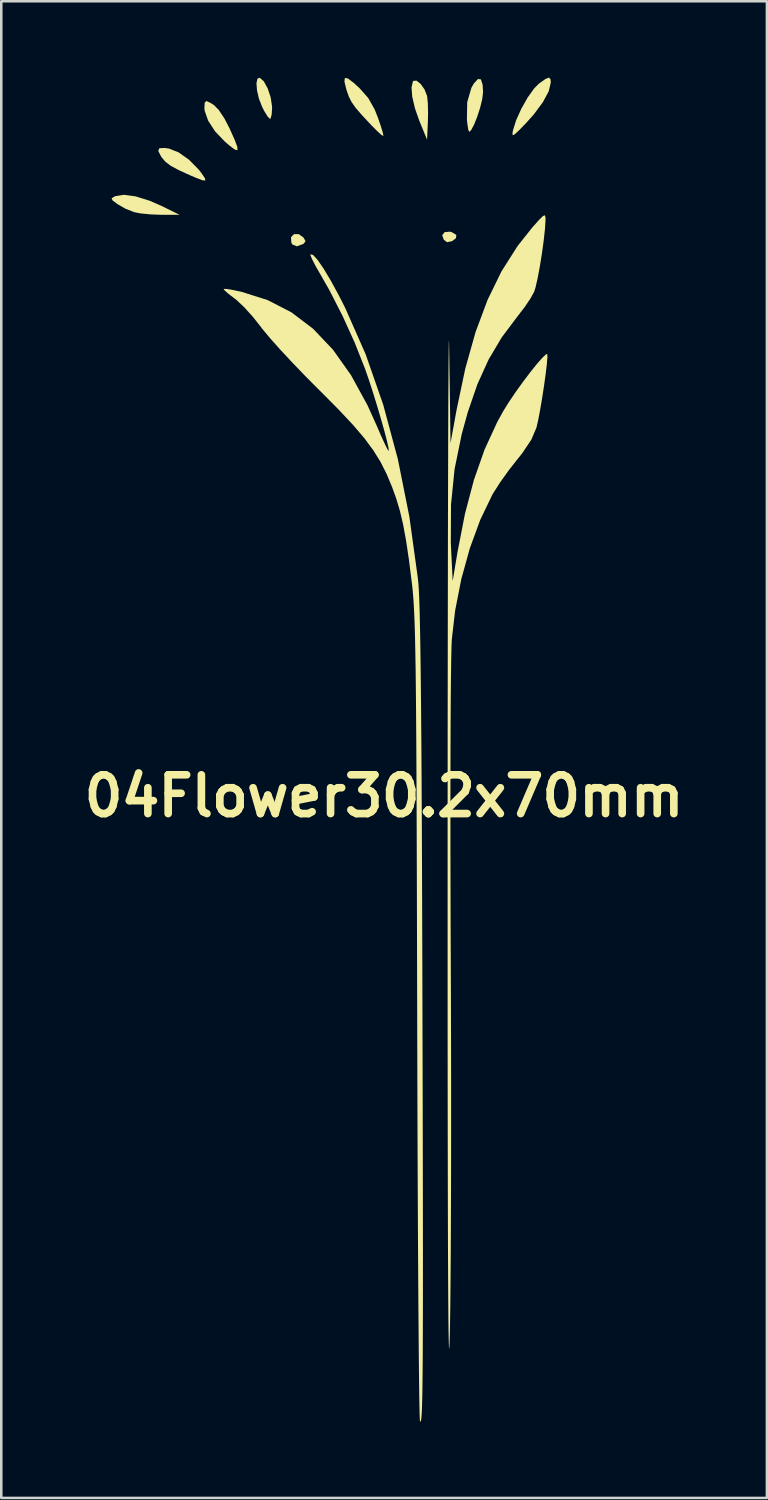
<source format=kicad_pcb>
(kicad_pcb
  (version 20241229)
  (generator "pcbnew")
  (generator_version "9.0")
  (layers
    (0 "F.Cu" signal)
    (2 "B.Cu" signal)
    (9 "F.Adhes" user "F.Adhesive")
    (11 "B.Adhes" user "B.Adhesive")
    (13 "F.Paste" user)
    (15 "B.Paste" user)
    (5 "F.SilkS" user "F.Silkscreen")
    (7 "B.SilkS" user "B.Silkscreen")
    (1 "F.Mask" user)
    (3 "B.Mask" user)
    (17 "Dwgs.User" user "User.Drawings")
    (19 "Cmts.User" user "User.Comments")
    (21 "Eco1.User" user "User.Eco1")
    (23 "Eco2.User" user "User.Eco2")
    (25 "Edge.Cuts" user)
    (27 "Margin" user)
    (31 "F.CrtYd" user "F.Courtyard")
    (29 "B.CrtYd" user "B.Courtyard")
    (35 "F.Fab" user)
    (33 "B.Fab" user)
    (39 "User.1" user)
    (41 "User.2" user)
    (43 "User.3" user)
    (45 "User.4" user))
  (footprint "04Flower30.2x70mm"
    (layer "F.Cu")
    (at 12.054 28.253)
    (property "Reference" "04Flower30.2x70mm" (at 0 0 0) (layer "F.SilkS") (effects (font (size 1.524 1.524) (thickness 0.3))))
    (attr board_only exclude_from_pos_files exclude_from_bom)
    (fp_poly (pts (xy 2.653 -22.177) (xy 2.84 -22.068) (xy 2.826 -21.934) (xy 2.674 -21.821) (xy 2.477 -21.778) (xy 2.35 -21.873) (xy 2.285 -22.052) (xy 2.38 -22.174) (xy 2.589 -22.193)) (stroke (width 0) (type solid)) (fill yes) (layer "F.SilkS"))
    (fp_poly (pts (xy -3.354 -22.096) (xy -3.169 -21.961) (xy -3.088 -21.816) (xy -3.171 -21.713) (xy -3.182 -21.707) (xy -3.433 -21.617) (xy -3.61 -21.692) (xy -3.648 -21.759) (xy -3.661 -21.976) (xy -3.542 -22.097)) (stroke (width 0) (type solid)) (fill yes) (layer "F.SilkS"))
    (fp_poly (pts (xy -9.772 -23.581) (xy -9.219 -23.409) (xy -8.746 -23.202) (xy -8.04 -22.855) (xy -8.757 -22.856) (xy -9.181 -22.872) (xy -9.575 -22.911) (xy -9.829 -22.96) (xy -10.173 -23.097) (xy -10.486 -23.277) (xy -10.678 -23.422) (xy -10.715 -23.503) (xy -10.613 -23.57) (xy -10.573 -23.588) (xy -10.236 -23.644)) (stroke (width 0) (type solid)) (fill yes) (layer "F.SilkS"))
    (fp_poly (pts (xy 1.439 -28) (xy 1.591 -27.784) (xy 1.689 -27.535) (xy 1.694 -27.511) (xy 1.72 -27.24) (xy 1.729 -26.856) (xy 1.721 -26.501) (xy 1.69 -25.81) (xy 1.385 -26.552) (xy 1.212 -27.047) (xy 1.107 -27.498) (xy 1.078 -27.862) (xy 1.131 -28.096) (xy 1.154 -28.124) (xy 1.278 -28.13)) (stroke (width 0) (type solid)) (fill yes) (layer "F.SilkS"))
    (fp_poly (pts (xy -4.729 -28.104) (xy -4.577 -27.825) (xy -4.46 -27.474) (xy -4.405 -27.115) (xy -4.404 -27.064) (xy -4.421 -26.798) (xy -4.464 -26.644) (xy -4.486 -26.629) (xy -4.574 -26.713) (xy -4.708 -26.928) (xy -4.793 -27.093) (xy -4.922 -27.423) (xy -4.998 -27.752) (xy -5.019 -28.03) (xy -4.98 -28.209) (xy -4.891 -28.245)) (stroke (width 0) (type solid)) (fill yes) (layer "F.SilkS"))
    (fp_poly (pts (xy 3.807 -28.181) (xy 3.875 -27.971) (xy 3.891 -27.673) (xy 3.859 -27.404) (xy 3.776 -27.065) (xy 3.662 -26.712) (xy 3.537 -26.399) (xy 3.421 -26.183) (xy 3.344 -26.117) (xy 3.309 -26.209) (xy 3.273 -26.442) (xy 3.256 -26.603) (xy 3.269 -27.287) (xy 3.432 -27.848) (xy 3.528 -28.017) (xy 3.69 -28.197)) (stroke (width 0) (type solid)) (fill yes) (layer "F.SilkS"))
    (fp_poly (pts (xy -6.812 -27.249) (xy -6.688 -27.169) (xy -6.499 -26.976) (xy -6.279 -26.644) (xy -6.077 -26.254) (xy -5.874 -25.801) (xy -5.769 -25.519) (xy -5.766 -25.396) (xy -5.87 -25.421) (xy -6.084 -25.582) (xy -6.264 -25.737) (xy -6.646 -26.137) (xy -6.92 -26.559) (xy -7.057 -26.952) (xy -7.067 -27.064) (xy -7.053 -27.272) (xy -6.983 -27.33)) (stroke (width 0) (type solid)) (fill yes) (layer "F.SilkS"))
    (fp_poly (pts (xy -8.452 -25.458) (xy -8.076 -25.309) (xy -7.669 -25.019) (xy -7.289 -24.633) (xy -7.161 -24.466) (xy -7.043 -24.287) (xy -7.03 -24.205) (xy -7.144 -24.215) (xy -7.409 -24.316) (xy -7.63 -24.411) (xy -8.085 -24.618) (xy -8.392 -24.784) (xy -8.597 -24.939) (xy -8.745 -25.112) (xy -8.771 -25.151) (xy -8.881 -25.369) (xy -8.836 -25.476) (xy -8.623 -25.485)) (stroke (width 0) (type solid)) (fill yes) (layer "F.SilkS"))
    (fp_poly (pts (xy 6.547 -28.179) (xy 6.555 -28.059) (xy 6.475 -27.717) (xy 6.247 -27.29) (xy 5.892 -26.809) (xy 5.575 -26.455) (xy 5.295 -26.168) (xy 5.131 -26.016) (xy 5.056 -25.986) (xy 5.048 -26.064) (xy 5.066 -26.168) (xy 5.19 -26.569) (xy 5.394 -27.022) (xy 5.641 -27.461) (xy 5.897 -27.822) (xy 6.084 -28.011) (xy 6.346 -28.198) (xy 6.489 -28.253)) (stroke (width 0) (type solid)) (fill yes) (layer "F.SilkS"))
    (fp_poly (pts (xy -1.425 -28.218) (xy -1.193 -28.043) (xy -0.963 -27.832) (xy -0.625 -27.45) (xy -0.371 -26.999) (xy -0.249 -26.692) (xy -0.129 -26.346) (xy -0.05 -26.084) (xy -0.027 -25.956) (xy -0.028 -25.952) (xy -0.111 -26.002) (xy -0.291 -26.167) (xy -0.522 -26.401) (xy -0.879 -26.784) (xy -1.122 -27.067) (xy -1.282 -27.295) (xy -1.39 -27.512) (xy -1.477 -27.763) (xy -1.487 -27.797) (xy -1.56 -28.096) (xy -1.543 -28.236)) (stroke (width 0) (type solid)) (fill yes) (layer "F.SilkS"))
    (fp_poly (pts (xy 6.346 -22.76) (xy 6.348 -22.666) (xy 6.328 -22.318) (xy 6.278 -21.857) (xy 6.207 -21.337) (xy 6.123 -20.816) (xy 6.035 -20.348) (xy 5.952 -19.99) (xy 5.903 -19.835) (xy 5.759 -19.571) (xy 5.528 -19.228) (xy 5.257 -18.876) (xy 5.246 -18.862) (xy 4.629 -18.041) (xy 4.111 -17.167) (xy 3.671 -16.198) (xy 3.291 -15.095) (xy 3.054 -14.237) (xy 2.772 -12.856) (xy 2.631 -11.458) (xy 2.623 -9.976) (xy 2.634 -9.731) (xy 2.697 -8.453) (xy 2.884 -9.578) (xy 3.178 -11.089) (xy 3.531 -12.428) (xy 3.95 -13.622) (xy 4.445 -14.698) (xy 4.683 -15.132) (xy 4.903 -15.486) (xy 5.171 -15.883) (xy 5.464 -16.29) (xy 5.756 -16.676) (xy 6.023 -17.007) (xy 6.238 -17.251) (xy 6.378 -17.376) (xy 6.414 -17.382) (xy 6.422 -17.263) (xy 6.4 -16.987) (xy 6.354 -16.598) (xy 6.29 -16.14) (xy 6.216 -15.656) (xy 6.138 -15.193) (xy 6.062 -14.792) (xy 5.994 -14.499) (xy 5.989 -14.481) (xy 5.791 -14.016) (xy 5.437 -13.486) (xy 5.233 -13.231) (xy 4.9 -12.807) (xy 4.567 -12.34) (xy 4.297 -11.918) (xy 4.254 -11.843) (xy 3.782 -10.864) (xy 3.371 -9.741) (xy 3.036 -8.531) (xy 2.793 -7.289) (xy 2.663 -6.159) (xy 2.651 -5.876) (xy 2.64 -5.402) (xy 2.63 -4.751) (xy 2.622 -3.939) (xy 2.616 -2.98) (xy 2.612 -1.887) (xy 2.609 -0.676) (xy 2.608 0.64) (xy 2.609 2.046) (xy 2.612 3.528) (xy 2.616 5.071) (xy 2.622 6.452) (xy 2.628 8.043) (xy 2.632 9.633) (xy 2.635 11.204) (xy 2.635 12.736) (xy 2.634 14.212) (xy 2.631 15.612) (xy 2.626 16.916) (xy 2.62 18.107) (xy 2.612 19.165) (xy 2.603 20.07) (xy 2.592 20.805) (xy 2.582 21.252) (xy 2.571 21.588) (xy 2.561 21.744) (xy 2.552 21.719) (xy 2.544 21.511) (xy 2.536 21.119) (xy 2.529 20.54) (xy 2.523 19.775) (xy 2.517 18.819) (xy 2.512 17.674) (xy 2.508 16.336) (xy 2.505 14.804) (xy 2.502 13.076) (xy 2.5 11.152) (xy 2.498 9.028) (xy 2.498 6.705) (xy 2.498 4.18) (xy 2.498 1.69) (xy 2.499 -0.414) (xy 2.5 -2.435) (xy 2.502 -4.366) (xy 2.504 -6.198) (xy 2.507 -7.926) (xy 2.509 -9.541) (xy 2.512 -11.036) (xy 2.516 -12.405) (xy 2.519 -13.64) (xy 2.523 -14.733) (xy 2.527 -15.678) (xy 2.532 -16.467) (xy 2.536 -17.092) (xy 2.541 -17.547) (xy 2.545 -17.825) (xy 2.55 -17.917) (xy 2.555 -17.818) (xy 2.559 -17.616) (xy 2.612 -13.878) (xy 2.855 -15.209) (xy 3.194 -16.815) (xy 3.596 -18.243) (xy 4.068 -19.509) (xy 4.617 -20.633) (xy 5.252 -21.633) (xy 5.829 -22.359) (xy 6.09 -22.653) (xy 6.245 -22.806) (xy 6.321 -22.837)) (stroke (width 0) (type solid)) (fill yes) (layer "F.SilkS"))
    (fp_poly (pts (xy -2.794 -21.278) (xy -2.618 -21.086) (xy -2.383 -20.746) (xy -2.101 -20.277) (xy -1.786 -19.699) (xy -1.534 -19.204) (xy -0.727 -17.376) (xy -0.035 -15.389) (xy 0.54 -13.255) (xy 0.994 -10.985) (xy 1.324 -8.593) (xy 1.345 -8.398) (xy 1.364 -8.142) (xy 1.382 -7.752) (xy 1.399 -7.221) (xy 1.414 -6.544) (xy 1.428 -5.715) (xy 1.441 -4.729) (xy 1.453 -3.579) (xy 1.464 -2.26) (xy 1.474 -0.766) (xy 1.483 0.908) (xy 1.491 2.769) (xy 1.498 4.822) (xy 1.505 7.072) (xy 1.506 7.579) (xy 1.512 9.799) (xy 1.517 11.822) (xy 1.521 13.658) (xy 1.524 15.315) (xy 1.526 16.801) (xy 1.527 18.127) (xy 1.527 19.299) (xy 1.526 20.327) (xy 1.523 21.22) (xy 1.52 21.986) (xy 1.515 22.634) (xy 1.509 23.172) (xy 1.502 23.609) (xy 1.493 23.955) (xy 1.483 24.216) (xy 1.471 24.403) (xy 1.458 24.524) (xy 1.443 24.587) (xy 1.426 24.601) (xy 1.41 24.581) (xy 1.402 24.462) (xy 1.393 24.151) (xy 1.384 23.656) (xy 1.375 22.991) (xy 1.366 22.166) (xy 1.358 21.192) (xy 1.349 20.081) (xy 1.341 18.843) (xy 1.333 17.49) (xy 1.326 16.034) (xy 1.319 14.485) (xy 1.313 12.855) (xy 1.308 11.155) (xy 1.303 9.396) (xy 1.302 8.757) (xy 1.297 6.634) (xy 1.292 4.706) (xy 1.287 2.962) (xy 1.282 1.391) (xy 1.277 -0.016) (xy 1.271 -1.27) (xy 1.264 -2.382) (xy 1.257 -3.362) (xy 1.249 -4.22) (xy 1.24 -4.967) (xy 1.229 -5.612) (xy 1.218 -6.168) (xy 1.205 -6.643) (xy 1.19 -7.048) (xy 1.174 -7.394) (xy 1.156 -7.691) (xy 1.136 -7.949) (xy 1.115 -8.18) (xy 1.092 -8.376) (xy 0.976 -9.297) (xy 0.863 -10.051) (xy 0.748 -10.679) (xy 0.621 -11.217) (xy 0.475 -11.706) (xy 0.317 -12.143) (xy 0.1 -12.663) (xy -0.14 -13.138) (xy -0.425 -13.597) (xy -0.775 -14.07) (xy -1.214 -14.585) (xy -1.762 -15.17) (xy -2.44 -15.855) (xy -2.564 -15.977) (xy -3.094 -16.51) (xy -3.61 -17.047) (xy -4.084 -17.555) (xy -4.482 -18.002) (xy -4.775 -18.353) (xy -4.852 -18.454) (xy -5.164 -18.849) (xy -5.5 -19.22) (xy -5.8 -19.504) (xy -5.888 -19.572) (xy -6.133 -19.759) (xy -6.284 -19.896) (xy -6.311 -19.943) (xy -6.199 -19.941) (xy -5.944 -19.899) (xy -5.607 -19.828) (xy -4.579 -19.502) (xy -3.643 -19.02) (xy -2.79 -18.373) (xy -2.012 -17.553) (xy -1.303 -16.555) (xy -0.654 -15.369) (xy -0.292 -14.568) (xy -0.113 -14.154) (xy 0.037 -13.826) (xy 0.142 -13.619) (xy 0.183 -13.566) (xy 0.176 -13.68) (xy 0.116 -13.951) (xy 0.014 -14.343) (xy -0.12 -14.818) (xy -0.274 -15.339) (xy -0.437 -15.869) (xy -0.6 -16.37) (xy -0.751 -16.806) (xy -1.153 -17.822) (xy -1.632 -18.877) (xy -2.144 -19.88) (xy -2.488 -20.484) (xy -2.689 -20.833) (xy -2.833 -21.111) (xy -2.899 -21.277) (xy -2.898 -21.303)) (stroke (width 0) (type solid)) (fill yes) (layer "F.SilkS")))
  (gr_rect
    (start -3 -3)
    (end 27.108 55.854)
    (stroke (width 0.1) (type default))
    (fill no)
    (layer "Edge.Cuts")))
</source>
